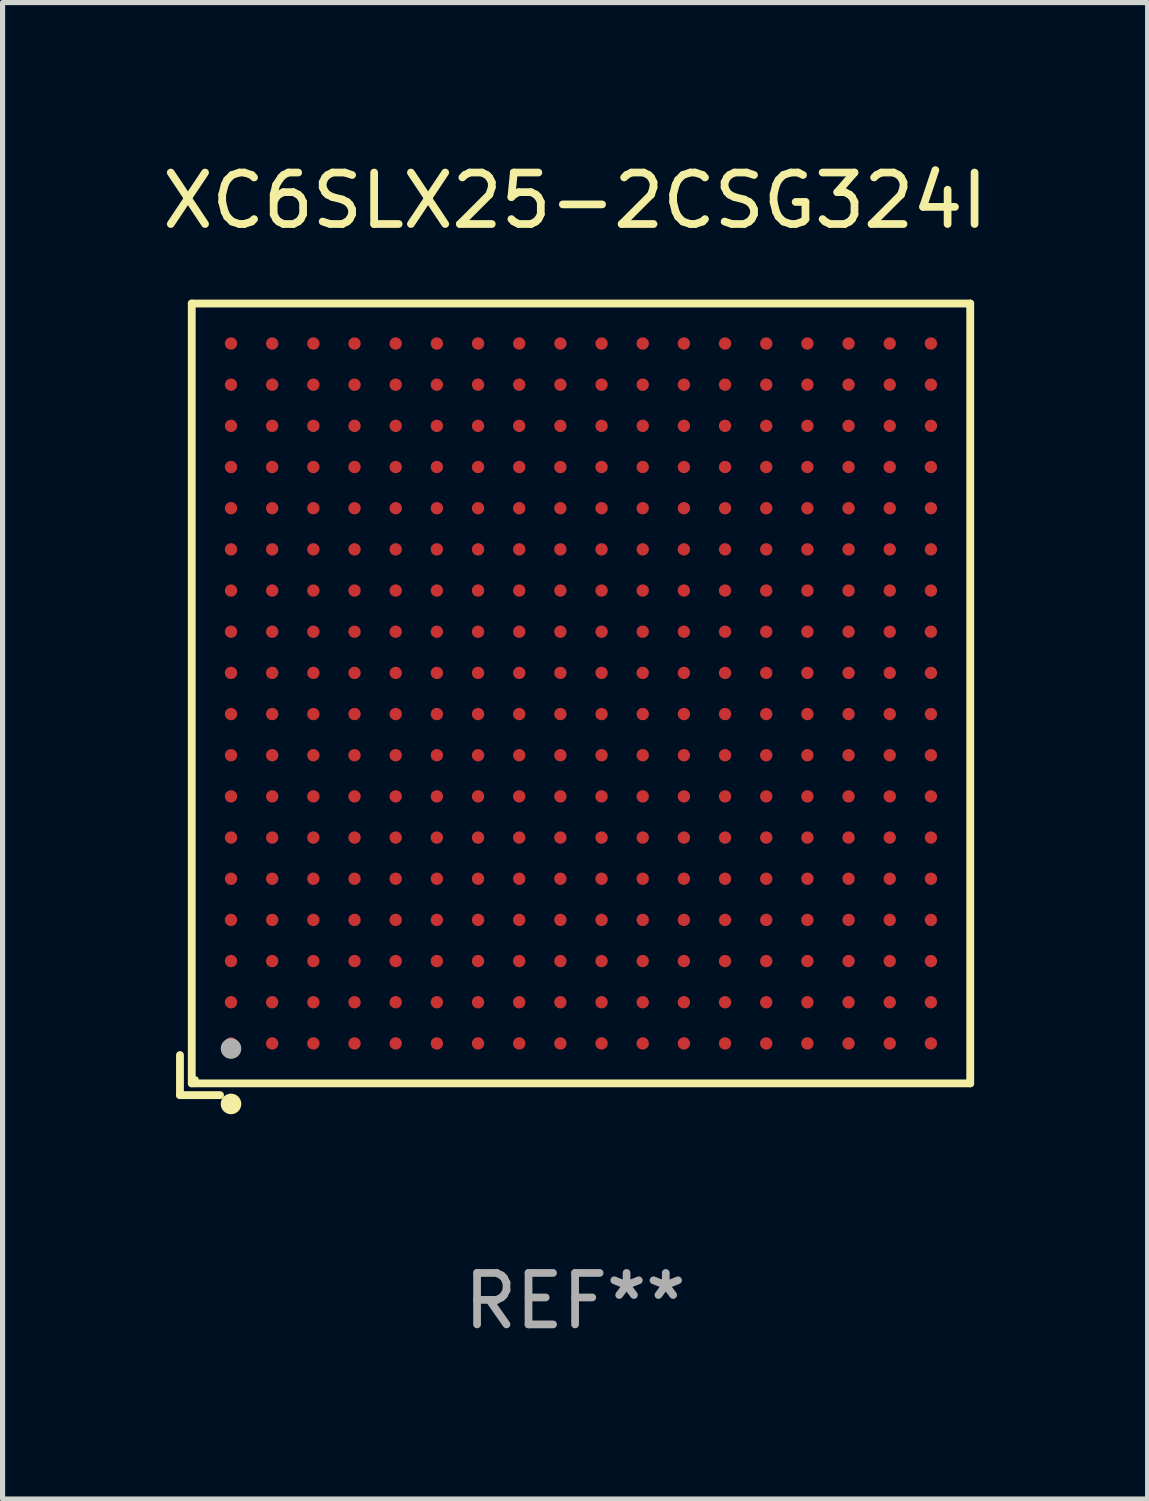
<source format=kicad_pcb>
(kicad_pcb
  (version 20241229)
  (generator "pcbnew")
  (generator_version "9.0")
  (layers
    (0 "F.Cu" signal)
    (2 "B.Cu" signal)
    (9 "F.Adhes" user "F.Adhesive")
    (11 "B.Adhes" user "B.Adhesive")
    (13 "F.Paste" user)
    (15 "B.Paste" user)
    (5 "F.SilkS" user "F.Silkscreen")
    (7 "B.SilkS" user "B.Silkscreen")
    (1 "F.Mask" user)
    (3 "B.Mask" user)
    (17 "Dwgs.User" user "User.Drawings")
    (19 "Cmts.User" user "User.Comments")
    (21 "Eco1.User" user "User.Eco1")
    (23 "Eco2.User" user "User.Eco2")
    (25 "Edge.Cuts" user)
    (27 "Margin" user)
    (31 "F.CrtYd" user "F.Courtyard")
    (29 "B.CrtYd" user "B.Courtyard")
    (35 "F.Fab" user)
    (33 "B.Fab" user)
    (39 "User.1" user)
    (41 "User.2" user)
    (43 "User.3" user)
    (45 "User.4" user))
  (footprint "XC6SLX25-2CSG324I"
    (layer "F.Cu")
    (at 8.125 10.539)
    (property "Reference" "XC6SLX25-2CSG324I" (at 0 -9.691 0) (layer "F.SilkS") (effects (font (size 1 1) (thickness 0.15))))
    (attr through_hole)
    (fp_line (start -7.678 6.912) (end -7.678 7.691) (stroke (width 0.152) (type solid)) (layer "F.SilkS"))
    (fp_line (start -7.678 7.691) (end -6.899 7.691) (stroke (width 0.152) (type solid)) (layer "F.SilkS"))
    (fp_line (start -7.449 -7.691) (end 7.678 -7.691) (stroke (width 0.152) (type solid)) (layer "F.SilkS"))
    (fp_line (start -7.449 7.462) (end -7.449 -7.691) (stroke (width 0.152) (type solid)) (layer "F.SilkS"))
    (fp_line (start 7.678 -7.691) (end 7.678 7.462) (stroke (width 0.152) (type solid)) (layer "F.SilkS"))
    (fp_line (start 7.678 7.462) (end -7.449 7.462) (stroke (width 0.152) (type solid)) (layer "F.SilkS"))
    (fp_circle (center -7.373 7.386) (end -7.343 7.386) (stroke (width 0.06) (type solid)) (fill no) (layer "F.SilkS"))
    (fp_circle (center -6.686 7.862) (end -6.586 7.862) (stroke (width 0.2) (type solid)) (fill no) (layer "F.SilkS"))
    (fp_circle (center -6.686 6.786) (end -6.586 6.786) (stroke (width 0.2) (type solid)) (fill no) (layer "F.Fab"))
    (fp_text user "REF**" (at 0 11.691 0) (layer "F.Fab") (effects (font (size 1 1) (thickness 0.15))))
    (pad "A1" smd circle (at -6.686 6.686) (size 0.24 0.24) (layers "F.Cu" "F.Mask" "F.Paste"))
    (pad "A2" smd circle (at -6.686 5.886) (size 0.24 0.24) (layers "F.Cu" "F.Mask" "F.Paste"))
    (pad "A3" smd circle (at -6.686 5.086) (size 0.24 0.24) (layers "F.Cu" "F.Mask" "F.Paste"))
    (pad "A4" smd circle (at -6.686 4.286) (size 0.24 0.24) (layers "F.Cu" "F.Mask" "F.Paste"))
    (pad "A5" smd circle (at -6.686 3.486) (size 0.24 0.24) (layers "F.Cu" "F.Mask" "F.Paste"))
    (pad "A6" smd circle (at -6.686 2.686) (size 0.24 0.24) (layers "F.Cu" "F.Mask" "F.Paste"))
    (pad "A7" smd circle (at -6.686 1.886) (size 0.24 0.24) (layers "F.Cu" "F.Mask" "F.Paste"))
    (pad "A8" smd circle (at -6.686 1.086) (size 0.24 0.24) (layers "F.Cu" "F.Mask" "F.Paste"))
    (pad "A9" smd circle (at -6.686 0.286) (size 0.24 0.24) (layers "F.Cu" "F.Mask" "F.Paste"))
    (pad "A10" smd circle (at -6.686 -0.514) (size 0.24 0.24) (layers "F.Cu" "F.Mask" "F.Paste"))
    (pad "A11" smd circle (at -6.686 -1.314) (size 0.24 0.24) (layers "F.Cu" "F.Mask" "F.Paste"))
    (pad "A12" smd circle (at -6.686 -2.114) (size 0.24 0.24) (layers "F.Cu" "F.Mask" "F.Paste"))
    (pad "A13" smd circle (at -6.686 -2.914) (size 0.24 0.24) (layers "F.Cu" "F.Mask" "F.Paste"))
    (pad "A14" smd circle (at -6.686 -3.714) (size 0.24 0.24) (layers "F.Cu" "F.Mask" "F.Paste"))
    (pad "A15" smd circle (at -6.686 -4.514) (size 0.24 0.24) (layers "F.Cu" "F.Mask" "F.Paste"))
    (pad "A16" smd circle (at -6.686 -5.314) (size 0.24 0.24) (layers "F.Cu" "F.Mask" "F.Paste"))
    (pad "A17" smd circle (at -6.686 -6.114) (size 0.24 0.24) (layers "F.Cu" "F.Mask" "F.Paste"))
    (pad "A18" smd circle (at -6.686 -6.914) (size 0.24 0.24) (layers "F.Cu" "F.Mask" "F.Paste"))
    (pad "B1" smd circle (at -5.886 6.686) (size 0.24 0.24) (layers "F.Cu" "F.Mask" "F.Paste"))
    (pad "B2" smd circle (at -5.886 5.886) (size 0.24 0.24) (layers "F.Cu" "F.Mask" "F.Paste"))
    (pad "B3" smd circle (at -5.886 5.086) (size 0.24 0.24) (layers "F.Cu" "F.Mask" "F.Paste"))
    (pad "B4" smd circle (at -5.886 4.286) (size 0.24 0.24) (layers "F.Cu" "F.Mask" "F.Paste"))
    (pad "B5" smd circle (at -5.886 3.486) (size 0.24 0.24) (layers "F.Cu" "F.Mask" "F.Paste"))
    (pad "B6" smd circle (at -5.886 2.686) (size 0.24 0.24) (layers "F.Cu" "F.Mask" "F.Paste"))
    (pad "B7" smd circle (at -5.886 1.886) (size 0.24 0.24) (layers "F.Cu" "F.Mask" "F.Paste"))
    (pad "B8" smd circle (at -5.886 1.086) (size 0.24 0.24) (layers "F.Cu" "F.Mask" "F.Paste"))
    (pad "B9" smd circle (at -5.886 0.286) (size 0.24 0.24) (layers "F.Cu" "F.Mask" "F.Paste"))
    (pad "B10" smd circle (at -5.886 -0.514) (size 0.24 0.24) (layers "F.Cu" "F.Mask" "F.Paste"))
    (pad "B11" smd circle (at -5.886 -1.314) (size 0.24 0.24) (layers "F.Cu" "F.Mask" "F.Paste"))
    (pad "B12" smd circle (at -5.886 -2.114) (size 0.24 0.24) (layers "F.Cu" "F.Mask" "F.Paste"))
    (pad "B13" smd circle (at -5.886 -2.914) (size 0.24 0.24) (layers "F.Cu" "F.Mask" "F.Paste"))
    (pad "B14" smd circle (at -5.886 -3.714) (size 0.24 0.24) (layers "F.Cu" "F.Mask" "F.Paste"))
    (pad "B15" smd circle (at -5.886 -4.514) (size 0.24 0.24) (layers "F.Cu" "F.Mask" "F.Paste"))
    (pad "B16" smd circle (at -5.886 -5.314) (size 0.24 0.24) (layers "F.Cu" "F.Mask" "F.Paste"))
    (pad "B17" smd circle (at -5.886 -6.114) (size 0.24 0.24) (layers "F.Cu" "F.Mask" "F.Paste"))
    (pad "B18" smd circle (at -5.886 -6.914) (size 0.24 0.24) (layers "F.Cu" "F.Mask" "F.Paste"))
    (pad "C1" smd circle (at -5.086 6.686) (size 0.24 0.24) (layers "F.Cu" "F.Mask" "F.Paste"))
    (pad "C2" smd circle (at -5.086 5.886) (size 0.24 0.24) (layers "F.Cu" "F.Mask" "F.Paste"))
    (pad "C3" smd circle (at -5.086 5.086) (size 0.24 0.24) (layers "F.Cu" "F.Mask" "F.Paste"))
    (pad "C4" smd circle (at -5.086 4.286) (size 0.24 0.24) (layers "F.Cu" "F.Mask" "F.Paste"))
    (pad "C5" smd circle (at -5.086 3.486) (size 0.24 0.24) (layers "F.Cu" "F.Mask" "F.Paste"))
    (pad "C6" smd circle (at -5.086 2.686) (size 0.24 0.24) (layers "F.Cu" "F.Mask" "F.Paste"))
    (pad "C7" smd circle (at -5.086 1.886) (size 0.24 0.24) (layers "F.Cu" "F.Mask" "F.Paste"))
    (pad "C8" smd circle (at -5.086 1.086) (size 0.24 0.24) (layers "F.Cu" "F.Mask" "F.Paste"))
    (pad "C9" smd circle (at -5.086 0.286) (size 0.24 0.24) (layers "F.Cu" "F.Mask" "F.Paste"))
    (pad "C10" smd circle (at -5.086 -0.514) (size 0.24 0.24) (layers "F.Cu" "F.Mask" "F.Paste"))
    (pad "C11" smd circle (at -5.086 -1.314) (size 0.24 0.24) (layers "F.Cu" "F.Mask" "F.Paste"))
    (pad "C12" smd circle (at -5.086 -2.114) (size 0.24 0.24) (layers "F.Cu" "F.Mask" "F.Paste"))
    (pad "C13" smd circle (at -5.086 -2.914) (size 0.24 0.24) (layers "F.Cu" "F.Mask" "F.Paste"))
    (pad "C14" smd circle (at -5.086 -3.714) (size 0.24 0.24) (layers "F.Cu" "F.Mask" "F.Paste"))
    (pad "C15" smd circle (at -5.086 -4.514) (size 0.24 0.24) (layers "F.Cu" "F.Mask" "F.Paste"))
    (pad "C16" smd circle (at -5.086 -5.314) (size 0.24 0.24) (layers "F.Cu" "F.Mask" "F.Paste"))
    (pad "C17" smd circle (at -5.086 -6.114) (size 0.24 0.24) (layers "F.Cu" "F.Mask" "F.Paste"))
    (pad "C18" smd circle (at -5.086 -6.914) (size 0.24 0.24) (layers "F.Cu" "F.Mask" "F.Paste"))
    (pad "D1" smd circle (at -4.286 6.686) (size 0.24 0.24) (layers "F.Cu" "F.Mask" "F.Paste"))
    (pad "D2" smd circle (at -4.286 5.886) (size 0.24 0.24) (layers "F.Cu" "F.Mask" "F.Paste"))
    (pad "D3" smd circle (at -4.286 5.086) (size 0.24 0.24) (layers "F.Cu" "F.Mask" "F.Paste"))
    (pad "D4" smd circle (at -4.286 4.286) (size 0.24 0.24) (layers "F.Cu" "F.Mask" "F.Paste"))
    (pad "D5" smd circle (at -4.286 3.486) (size 0.24 0.24) (layers "F.Cu" "F.Mask" "F.Paste"))
    (pad "D6" smd circle (at -4.286 2.686) (size 0.24 0.24) (layers "F.Cu" "F.Mask" "F.Paste"))
    (pad "D7" smd circle (at -4.286 1.886) (size 0.24 0.24) (layers "F.Cu" "F.Mask" "F.Paste"))
    (pad "D8" smd circle (at -4.286 1.086) (size 0.24 0.24) (layers "F.Cu" "F.Mask" "F.Paste"))
    (pad "D9" smd circle (at -4.286 0.286) (size 0.24 0.24) (layers "F.Cu" "F.Mask" "F.Paste"))
    (pad "D10" smd circle (at -4.286 -0.514) (size 0.24 0.24) (layers "F.Cu" "F.Mask" "F.Paste"))
    (pad "D11" smd circle (at -4.286 -1.314) (size 0.24 0.24) (layers "F.Cu" "F.Mask" "F.Paste"))
    (pad "D12" smd circle (at -4.286 -2.114) (size 0.24 0.24) (layers "F.Cu" "F.Mask" "F.Paste"))
    (pad "D13" smd circle (at -4.286 -2.914) (size 0.24 0.24) (layers "F.Cu" "F.Mask" "F.Paste"))
    (pad "D14" smd circle (at -4.286 -3.714) (size 0.24 0.24) (layers "F.Cu" "F.Mask" "F.Paste"))
    (pad "D15" smd circle (at -4.286 -4.514) (size 0.24 0.24) (layers "F.Cu" "F.Mask" "F.Paste"))
    (pad "D16" smd circle (at -4.286 -5.314) (size 0.24 0.24) (layers "F.Cu" "F.Mask" "F.Paste"))
    (pad "D17" smd circle (at -4.286 -6.114) (size 0.24 0.24) (layers "F.Cu" "F.Mask" "F.Paste"))
    (pad "D18" smd circle (at -4.286 -6.914) (size 0.24 0.24) (layers "F.Cu" "F.Mask" "F.Paste"))
    (pad "E1" smd circle (at -3.486 6.686) (size 0.24 0.24) (layers "F.Cu" "F.Mask" "F.Paste"))
    (pad "E2" smd circle (at -3.486 5.886) (size 0.24 0.24) (layers "F.Cu" "F.Mask" "F.Paste"))
    (pad "E3" smd circle (at -3.486 5.086) (size 0.24 0.24) (layers "F.Cu" "F.Mask" "F.Paste"))
    (pad "E4" smd circle (at -3.486 4.286) (size 0.24 0.24) (layers "F.Cu" "F.Mask" "F.Paste"))
    (pad "E5" smd circle (at -3.486 3.486) (size 0.24 0.24) (layers "F.Cu" "F.Mask" "F.Paste"))
    (pad "E6" smd circle (at -3.486 2.686) (size 0.24 0.24) (layers "F.Cu" "F.Mask" "F.Paste"))
    (pad "E7" smd circle (at -3.486 1.886) (size 0.24 0.24) (layers "F.Cu" "F.Mask" "F.Paste"))
    (pad "E8" smd circle (at -3.486 1.086) (size 0.24 0.24) (layers "F.Cu" "F.Mask" "F.Paste"))
    (pad "E9" smd circle (at -3.486 0.286) (size 0.24 0.24) (layers "F.Cu" "F.Mask" "F.Paste"))
    (pad "E10" smd circle (at -3.486 -0.514) (size 0.24 0.24) (layers "F.Cu" "F.Mask" "F.Paste"))
    (pad "E11" smd circle (at -3.486 -1.314) (size 0.24 0.24) (layers "F.Cu" "F.Mask" "F.Paste"))
    (pad "E12" smd circle (at -3.486 -2.114) (size 0.24 0.24) (layers "F.Cu" "F.Mask" "F.Paste"))
    (pad "E13" smd circle (at -3.486 -2.914) (size 0.24 0.24) (layers "F.Cu" "F.Mask" "F.Paste"))
    (pad "E14" smd circle (at -3.486 -3.714) (size 0.24 0.24) (layers "F.Cu" "F.Mask" "F.Paste"))
    (pad "E15" smd circle (at -3.486 -4.514) (size 0.24 0.24) (layers "F.Cu" "F.Mask" "F.Paste"))
    (pad "E16" smd circle (at -3.486 -5.314) (size 0.24 0.24) (layers "F.Cu" "F.Mask" "F.Paste"))
    (pad "E17" smd circle (at -3.486 -6.114) (size 0.24 0.24) (layers "F.Cu" "F.Mask" "F.Paste"))
    (pad "E18" smd circle (at -3.486 -6.914) (size 0.24 0.24) (layers "F.Cu" "F.Mask" "F.Paste"))
    (pad "F1" smd circle (at -2.686 6.686) (size 0.24 0.24) (layers "F.Cu" "F.Mask" "F.Paste"))
    (pad "F2" smd circle (at -2.686 5.886) (size 0.24 0.24) (layers "F.Cu" "F.Mask" "F.Paste"))
    (pad "F3" smd circle (at -2.686 5.086) (size 0.24 0.24) (layers "F.Cu" "F.Mask" "F.Paste"))
    (pad "F4" smd circle (at -2.686 4.286) (size 0.24 0.24) (layers "F.Cu" "F.Mask" "F.Paste"))
    (pad "F5" smd circle (at -2.686 3.486) (size 0.24 0.24) (layers "F.Cu" "F.Mask" "F.Paste"))
    (pad "F6" smd circle (at -2.686 2.686) (size 0.24 0.24) (layers "F.Cu" "F.Mask" "F.Paste"))
    (pad "F7" smd circle (at -2.686 1.886) (size 0.24 0.24) (layers "F.Cu" "F.Mask" "F.Paste"))
    (pad "F8" smd circle (at -2.686 1.086) (size 0.24 0.24) (layers "F.Cu" "F.Mask" "F.Paste"))
    (pad "F9" smd circle (at -2.686 0.286) (size 0.24 0.24) (layers "F.Cu" "F.Mask" "F.Paste"))
    (pad "F10" smd circle (at -2.686 -0.514) (size 0.24 0.24) (layers "F.Cu" "F.Mask" "F.Paste"))
    (pad "F11" smd circle (at -2.686 -1.314) (size 0.24 0.24) (layers "F.Cu" "F.Mask" "F.Paste"))
    (pad "F12" smd circle (at -2.686 -2.114) (size 0.24 0.24) (layers "F.Cu" "F.Mask" "F.Paste"))
    (pad "F13" smd circle (at -2.686 -2.914) (size 0.24 0.24) (layers "F.Cu" "F.Mask" "F.Paste"))
    (pad "F14" smd circle (at -2.686 -3.714) (size 0.24 0.24) (layers "F.Cu" "F.Mask" "F.Paste"))
    (pad "F15" smd circle (at -2.686 -4.514) (size 0.24 0.24) (layers "F.Cu" "F.Mask" "F.Paste"))
    (pad "F16" smd circle (at -2.686 -5.314) (size 0.24 0.24) (layers "F.Cu" "F.Mask" "F.Paste"))
    (pad "F17" smd circle (at -2.686 -6.114) (size 0.24 0.24) (layers "F.Cu" "F.Mask" "F.Paste"))
    (pad "F18" smd circle (at -2.686 -6.914) (size 0.24 0.24) (layers "F.Cu" "F.Mask" "F.Paste"))
    (pad "G1" smd circle (at -1.886 6.686) (size 0.24 0.24) (layers "F.Cu" "F.Mask" "F.Paste"))
    (pad "G2" smd circle (at -1.886 5.886) (size 0.24 0.24) (layers "F.Cu" "F.Mask" "F.Paste"))
    (pad "G3" smd circle (at -1.886 5.086) (size 0.24 0.24) (layers "F.Cu" "F.Mask" "F.Paste"))
    (pad "G4" smd circle (at -1.886 4.286) (size 0.24 0.24) (layers "F.Cu" "F.Mask" "F.Paste"))
    (pad "G5" smd circle (at -1.886 3.486) (size 0.24 0.24) (layers "F.Cu" "F.Mask" "F.Paste"))
    (pad "G6" smd circle (at -1.886 2.686) (size 0.24 0.24) (layers "F.Cu" "F.Mask" "F.Paste"))
    (pad "G7" smd circle (at -1.886 1.886) (size 0.24 0.24) (layers "F.Cu" "F.Mask" "F.Paste"))
    (pad "G8" smd circle (at -1.886 1.086) (size 0.24 0.24) (layers "F.Cu" "F.Mask" "F.Paste"))
    (pad "G9" smd circle (at -1.886 0.286) (size 0.24 0.24) (layers "F.Cu" "F.Mask" "F.Paste"))
    (pad "G10" smd circle (at -1.886 -0.514) (size 0.24 0.24) (layers "F.Cu" "F.Mask" "F.Paste"))
    (pad "G11" smd circle (at -1.886 -1.314) (size 0.24 0.24) (layers "F.Cu" "F.Mask" "F.Paste"))
    (pad "G12" smd circle (at -1.886 -2.114) (size 0.24 0.24) (layers "F.Cu" "F.Mask" "F.Paste"))
    (pad "G13" smd circle (at -1.886 -2.914) (size 0.24 0.24) (layers "F.Cu" "F.Mask" "F.Paste"))
    (pad "G14" smd circle (at -1.886 -3.714) (size 0.24 0.24) (layers "F.Cu" "F.Mask" "F.Paste"))
    (pad "G15" smd circle (at -1.886 -4.514) (size 0.24 0.24) (layers "F.Cu" "F.Mask" "F.Paste"))
    (pad "G16" smd circle (at -1.886 -5.314) (size 0.24 0.24) (layers "F.Cu" "F.Mask" "F.Paste"))
    (pad "G17" smd circle (at -1.886 -6.114) (size 0.24 0.24) (layers "F.Cu" "F.Mask" "F.Paste"))
    (pad "G18" smd circle (at -1.886 -6.914) (size 0.24 0.24) (layers "F.Cu" "F.Mask" "F.Paste"))
    (pad "H1" smd circle (at -1.086 6.686) (size 0.24 0.24) (layers "F.Cu" "F.Mask" "F.Paste"))
    (pad "H2" smd circle (at -1.086 5.886) (size 0.24 0.24) (layers "F.Cu" "F.Mask" "F.Paste"))
    (pad "H3" smd circle (at -1.086 5.086) (size 0.24 0.24) (layers "F.Cu" "F.Mask" "F.Paste"))
    (pad "H4" smd circle (at -1.086 4.286) (size 0.24 0.24) (layers "F.Cu" "F.Mask" "F.Paste"))
    (pad "H5" smd circle (at -1.086 3.486) (size 0.24 0.24) (layers "F.Cu" "F.Mask" "F.Paste"))
    (pad "H6" smd circle (at -1.086 2.686) (size 0.24 0.24) (layers "F.Cu" "F.Mask" "F.Paste"))
    (pad "H7" smd circle (at -1.086 1.886) (size 0.24 0.24) (layers "F.Cu" "F.Mask" "F.Paste"))
    (pad "H8" smd circle (at -1.086 1.086) (size 0.24 0.24) (layers "F.Cu" "F.Mask" "F.Paste"))
    (pad "H9" smd circle (at -1.086 0.286) (size 0.24 0.24) (layers "F.Cu" "F.Mask" "F.Paste"))
    (pad "H10" smd circle (at -1.086 -0.514) (size 0.24 0.24) (layers "F.Cu" "F.Mask" "F.Paste"))
    (pad "H11" smd circle (at -1.086 -1.314) (size 0.24 0.24) (layers "F.Cu" "F.Mask" "F.Paste"))
    (pad "H12" smd circle (at -1.086 -2.114) (size 0.24 0.24) (layers "F.Cu" "F.Mask" "F.Paste"))
    (pad "H13" smd circle (at -1.086 -2.914) (size 0.24 0.24) (layers "F.Cu" "F.Mask" "F.Paste"))
    (pad "H14" smd circle (at -1.086 -3.714) (size 0.24 0.24) (layers "F.Cu" "F.Mask" "F.Paste"))
    (pad "H15" smd circle (at -1.086 -4.514) (size 0.24 0.24) (layers "F.Cu" "F.Mask" "F.Paste"))
    (pad "H16" smd circle (at -1.086 -5.314) (size 0.24 0.24) (layers "F.Cu" "F.Mask" "F.Paste"))
    (pad "H17" smd circle (at -1.086 -6.114) (size 0.24 0.24) (layers "F.Cu" "F.Mask" "F.Paste"))
    (pad "H18" smd circle (at -1.086 -6.914) (size 0.24 0.24) (layers "F.Cu" "F.Mask" "F.Paste"))
    (pad "J1" smd circle (at -0.286 6.686) (size 0.24 0.24) (layers "F.Cu" "F.Mask" "F.Paste"))
    (pad "J2" smd circle (at -0.286 5.886) (size 0.24 0.24) (layers "F.Cu" "F.Mask" "F.Paste"))
    (pad "J3" smd circle (at -0.286 5.086) (size 0.24 0.24) (layers "F.Cu" "F.Mask" "F.Paste"))
    (pad "J4" smd circle (at -0.286 4.286) (size 0.24 0.24) (layers "F.Cu" "F.Mask" "F.Paste"))
    (pad "J5" smd circle (at -0.286 3.486) (size 0.24 0.24) (layers "F.Cu" "F.Mask" "F.Paste"))
    (pad "J6" smd circle (at -0.286 2.686) (size 0.24 0.24) (layers "F.Cu" "F.Mask" "F.Paste"))
    (pad "J7" smd circle (at -0.286 1.886) (size 0.24 0.24) (layers "F.Cu" "F.Mask" "F.Paste"))
    (pad "J8" smd circle (at -0.286 1.086) (size 0.24 0.24) (layers "F.Cu" "F.Mask" "F.Paste"))
    (pad "J9" smd circle (at -0.286 0.286) (size 0.24 0.24) (layers "F.Cu" "F.Mask" "F.Paste"))
    (pad "J10" smd circle (at -0.286 -0.514) (size 0.24 0.24) (layers "F.Cu" "F.Mask" "F.Paste"))
    (pad "J11" smd circle (at -0.286 -1.314) (size 0.24 0.24) (layers "F.Cu" "F.Mask" "F.Paste"))
    (pad "J12" smd circle (at -0.286 -2.114) (size 0.24 0.24) (layers "F.Cu" "F.Mask" "F.Paste"))
    (pad "J13" smd circle (at -0.286 -2.914) (size 0.24 0.24) (layers "F.Cu" "F.Mask" "F.Paste"))
    (pad "J14" smd circle (at -0.286 -3.714) (size 0.24 0.24) (layers "F.Cu" "F.Mask" "F.Paste"))
    (pad "J15" smd circle (at -0.286 -4.514) (size 0.24 0.24) (layers "F.Cu" "F.Mask" "F.Paste"))
    (pad "J16" smd circle (at -0.286 -5.314) (size 0.24 0.24) (layers "F.Cu" "F.Mask" "F.Paste"))
    (pad "J17" smd circle (at -0.286 -6.114) (size 0.24 0.24) (layers "F.Cu" "F.Mask" "F.Paste"))
    (pad "J18" smd circle (at -0.286 -6.914) (size 0.24 0.24) (layers "F.Cu" "F.Mask" "F.Paste"))
    (pad "K1" smd circle (at 0.514 6.686) (size 0.24 0.24) (layers "F.Cu" "F.Mask" "F.Paste"))
    (pad "K2" smd circle (at 0.514 5.886) (size 0.24 0.24) (layers "F.Cu" "F.Mask" "F.Paste"))
    (pad "K3" smd circle (at 0.514 5.086) (size 0.24 0.24) (layers "F.Cu" "F.Mask" "F.Paste"))
    (pad "K4" smd circle (at 0.514 4.286) (size 0.24 0.24) (layers "F.Cu" "F.Mask" "F.Paste"))
    (pad "K5" smd circle (at 0.514 3.486) (size 0.24 0.24) (layers "F.Cu" "F.Mask" "F.Paste"))
    (pad "K6" smd circle (at 0.514 2.686) (size 0.24 0.24) (layers "F.Cu" "F.Mask" "F.Paste"))
    (pad "K7" smd circle (at 0.514 1.886) (size 0.24 0.24) (layers "F.Cu" "F.Mask" "F.Paste"))
    (pad "K8" smd circle (at 0.514 1.086) (size 0.24 0.24) (layers "F.Cu" "F.Mask" "F.Paste"))
    (pad "K9" smd circle (at 0.514 0.286) (size 0.24 0.24) (layers "F.Cu" "F.Mask" "F.Paste"))
    (pad "K10" smd circle (at 0.514 -0.514) (size 0.24 0.24) (layers "F.Cu" "F.Mask" "F.Paste"))
    (pad "K11" smd circle (at 0.514 -1.314) (size 0.24 0.24) (layers "F.Cu" "F.Mask" "F.Paste"))
    (pad "K12" smd circle (at 0.514 -2.114) (size 0.24 0.24) (layers "F.Cu" "F.Mask" "F.Paste"))
    (pad "K13" smd circle (at 0.514 -2.914) (size 0.24 0.24) (layers "F.Cu" "F.Mask" "F.Paste"))
    (pad "K14" smd circle (at 0.514 -3.714) (size 0.24 0.24) (layers "F.Cu" "F.Mask" "F.Paste"))
    (pad "K15" smd circle (at 0.514 -4.514) (size 0.24 0.24) (layers "F.Cu" "F.Mask" "F.Paste"))
    (pad "K16" smd circle (at 0.514 -5.314) (size 0.24 0.24) (layers "F.Cu" "F.Mask" "F.Paste"))
    (pad "K17" smd circle (at 0.514 -6.114) (size 0.24 0.24) (layers "F.Cu" "F.Mask" "F.Paste"))
    (pad "K18" smd circle (at 0.514 -6.914) (size 0.24 0.24) (layers "F.Cu" "F.Mask" "F.Paste"))
    (pad "L1" smd circle (at 1.314 6.686) (size 0.24 0.24) (layers "F.Cu" "F.Mask" "F.Paste"))
    (pad "L2" smd circle (at 1.314 5.886) (size 0.24 0.24) (layers "F.Cu" "F.Mask" "F.Paste"))
    (pad "L3" smd circle (at 1.314 5.086) (size 0.24 0.24) (layers "F.Cu" "F.Mask" "F.Paste"))
    (pad "L4" smd circle (at 1.314 4.286) (size 0.24 0.24) (layers "F.Cu" "F.Mask" "F.Paste"))
    (pad "L5" smd circle (at 1.314 3.486) (size 0.24 0.24) (layers "F.Cu" "F.Mask" "F.Paste"))
    (pad "L6" smd circle (at 1.314 2.686) (size 0.24 0.24) (layers "F.Cu" "F.Mask" "F.Paste"))
    (pad "L7" smd circle (at 1.314 1.886) (size 0.24 0.24) (layers "F.Cu" "F.Mask" "F.Paste"))
    (pad "L8" smd circle (at 1.314 1.086) (size 0.24 0.24) (layers "F.Cu" "F.Mask" "F.Paste"))
    (pad "L9" smd circle (at 1.314 0.286) (size 0.24 0.24) (layers "F.Cu" "F.Mask" "F.Paste"))
    (pad "L10" smd circle (at 1.314 -0.514) (size 0.24 0.24) (layers "F.Cu" "F.Mask" "F.Paste"))
    (pad "L11" smd circle (at 1.314 -1.314) (size 0.24 0.24) (layers "F.Cu" "F.Mask" "F.Paste"))
    (pad "L12" smd circle (at 1.314 -2.114) (size 0.24 0.24) (layers "F.Cu" "F.Mask" "F.Paste"))
    (pad "L13" smd circle (at 1.314 -2.914) (size 0.24 0.24) (layers "F.Cu" "F.Mask" "F.Paste"))
    (pad "L14" smd circle (at 1.314 -3.714) (size 0.24 0.24) (layers "F.Cu" "F.Mask" "F.Paste"))
    (pad "L15" smd circle (at 1.314 -4.514) (size 0.24 0.24) (layers "F.Cu" "F.Mask" "F.Paste"))
    (pad "L16" smd circle (at 1.314 -5.314) (size 0.24 0.24) (layers "F.Cu" "F.Mask" "F.Paste"))
    (pad "L17" smd circle (at 1.314 -6.114) (size 0.24 0.24) (layers "F.Cu" "F.Mask" "F.Paste"))
    (pad "L18" smd circle (at 1.314 -6.914) (size 0.24 0.24) (layers "F.Cu" "F.Mask" "F.Paste"))
    (pad "M1" smd circle (at 2.114 6.686) (size 0.24 0.24) (layers "F.Cu" "F.Mask" "F.Paste"))
    (pad "M2" smd circle (at 2.114 5.886) (size 0.24 0.24) (layers "F.Cu" "F.Mask" "F.Paste"))
    (pad "M3" smd circle (at 2.114 5.086) (size 0.24 0.24) (layers "F.Cu" "F.Mask" "F.Paste"))
    (pad "M4" smd circle (at 2.114 4.286) (size 0.24 0.24) (layers "F.Cu" "F.Mask" "F.Paste"))
    (pad "M5" smd circle (at 2.114 3.486) (size 0.24 0.24) (layers "F.Cu" "F.Mask" "F.Paste"))
    (pad "M6" smd circle (at 2.114 2.686) (size 0.24 0.24) (layers "F.Cu" "F.Mask" "F.Paste"))
    (pad "M7" smd circle (at 2.114 1.886) (size 0.24 0.24) (layers "F.Cu" "F.Mask" "F.Paste"))
    (pad "M8" smd circle (at 2.114 1.086) (size 0.24 0.24) (layers "F.Cu" "F.Mask" "F.Paste"))
    (pad "M9" smd circle (at 2.114 0.286) (size 0.24 0.24) (layers "F.Cu" "F.Mask" "F.Paste"))
    (pad "M10" smd circle (at 2.114 -0.514) (size 0.24 0.24) (layers "F.Cu" "F.Mask" "F.Paste"))
    (pad "M11" smd circle (at 2.114 -1.314) (size 0.24 0.24) (layers "F.Cu" "F.Mask" "F.Paste"))
    (pad "M12" smd circle (at 2.114 -2.114) (size 0.24 0.24) (layers "F.Cu" "F.Mask" "F.Paste"))
    (pad "M13" smd circle (at 2.114 -2.914) (size 0.24 0.24) (layers "F.Cu" "F.Mask" "F.Paste"))
    (pad "M14" smd circle (at 2.114 -3.714) (size 0.24 0.24) (layers "F.Cu" "F.Mask" "F.Paste"))
    (pad "M15" smd circle (at 2.114 -4.514) (size 0.24 0.24) (layers "F.Cu" "F.Mask" "F.Paste"))
    (pad "M16" smd circle (at 2.114 -5.314) (size 0.24 0.24) (layers "F.Cu" "F.Mask" "F.Paste"))
    (pad "M17" smd circle (at 2.114 -6.114) (size 0.24 0.24) (layers "F.Cu" "F.Mask" "F.Paste"))
    (pad "M18" smd circle (at 2.114 -6.914) (size 0.24 0.24) (layers "F.Cu" "F.Mask" "F.Paste"))
    (pad "N1" smd circle (at 2.914 6.686) (size 0.24 0.24) (layers "F.Cu" "F.Mask" "F.Paste"))
    (pad "N2" smd circle (at 2.914 5.886) (size 0.24 0.24) (layers "F.Cu" "F.Mask" "F.Paste"))
    (pad "N3" smd circle (at 2.914 5.086) (size 0.24 0.24) (layers "F.Cu" "F.Mask" "F.Paste"))
    (pad "N4" smd circle (at 2.914 4.286) (size 0.24 0.24) (layers "F.Cu" "F.Mask" "F.Paste"))
    (pad "N5" smd circle (at 2.914 3.486) (size 0.24 0.24) (layers "F.Cu" "F.Mask" "F.Paste"))
    (pad "N6" smd circle (at 2.914 2.686) (size 0.24 0.24) (layers "F.Cu" "F.Mask" "F.Paste"))
    (pad "N7" smd circle (at 2.914 1.886) (size 0.24 0.24) (layers "F.Cu" "F.Mask" "F.Paste"))
    (pad "N8" smd circle (at 2.914 1.086) (size 0.24 0.24) (layers "F.Cu" "F.Mask" "F.Paste"))
    (pad "N9" smd circle (at 2.914 0.286) (size 0.24 0.24) (layers "F.Cu" "F.Mask" "F.Paste"))
    (pad "N10" smd circle (at 2.914 -0.514) (size 0.24 0.24) (layers "F.Cu" "F.Mask" "F.Paste"))
    (pad "N11" smd circle (at 2.914 -1.314) (size 0.24 0.24) (layers "F.Cu" "F.Mask" "F.Paste"))
    (pad "N12" smd circle (at 2.914 -2.114) (size 0.24 0.24) (layers "F.Cu" "F.Mask" "F.Paste"))
    (pad "N13" smd circle (at 2.914 -2.914) (size 0.24 0.24) (layers "F.Cu" "F.Mask" "F.Paste"))
    (pad "N14" smd circle (at 2.914 -3.714) (size 0.24 0.24) (layers "F.Cu" "F.Mask" "F.Paste"))
    (pad "N15" smd circle (at 2.914 -4.514) (size 0.24 0.24) (layers "F.Cu" "F.Mask" "F.Paste"))
    (pad "N16" smd circle (at 2.914 -5.314) (size 0.24 0.24) (layers "F.Cu" "F.Mask" "F.Paste"))
    (pad "N17" smd circle (at 2.914 -6.114) (size 0.24 0.24) (layers "F.Cu" "F.Mask" "F.Paste"))
    (pad "N18" smd circle (at 2.914 -6.914) (size 0.24 0.24) (layers "F.Cu" "F.Mask" "F.Paste"))
    (pad "P1" smd circle (at 3.714 6.686) (size 0.24 0.24) (layers "F.Cu" "F.Mask" "F.Paste"))
    (pad "P2" smd circle (at 3.714 5.886) (size 0.24 0.24) (layers "F.Cu" "F.Mask" "F.Paste"))
    (pad "P3" smd circle (at 3.714 5.086) (size 0.24 0.24) (layers "F.Cu" "F.Mask" "F.Paste"))
    (pad "P4" smd circle (at 3.714 4.286) (size 0.24 0.24) (layers "F.Cu" "F.Mask" "F.Paste"))
    (pad "P5" smd circle (at 3.714 3.486) (size 0.24 0.24) (layers "F.Cu" "F.Mask" "F.Paste"))
    (pad "P6" smd circle (at 3.714 2.686) (size 0.24 0.24) (layers "F.Cu" "F.Mask" "F.Paste"))
    (pad "P7" smd circle (at 3.714 1.886) (size 0.24 0.24) (layers "F.Cu" "F.Mask" "F.Paste"))
    (pad "P8" smd circle (at 3.714 1.086) (size 0.24 0.24) (layers "F.Cu" "F.Mask" "F.Paste"))
    (pad "P9" smd circle (at 3.714 0.286) (size 0.24 0.24) (layers "F.Cu" "F.Mask" "F.Paste"))
    (pad "P10" smd circle (at 3.714 -0.514) (size 0.24 0.24) (layers "F.Cu" "F.Mask" "F.Paste"))
    (pad "P11" smd circle (at 3.714 -1.314) (size 0.24 0.24) (layers "F.Cu" "F.Mask" "F.Paste"))
    (pad "P12" smd circle (at 3.714 -2.114) (size 0.24 0.24) (layers "F.Cu" "F.Mask" "F.Paste"))
    (pad "P13" smd circle (at 3.714 -2.914) (size 0.24 0.24) (layers "F.Cu" "F.Mask" "F.Paste"))
    (pad "P14" smd circle (at 3.714 -3.714) (size 0.24 0.24) (layers "F.Cu" "F.Mask" "F.Paste"))
    (pad "P15" smd circle (at 3.714 -4.514) (size 0.24 0.24) (layers "F.Cu" "F.Mask" "F.Paste"))
    (pad "P16" smd circle (at 3.714 -5.314) (size 0.24 0.24) (layers "F.Cu" "F.Mask" "F.Paste"))
    (pad "P17" smd circle (at 3.714 -6.114) (size 0.24 0.24) (layers "F.Cu" "F.Mask" "F.Paste"))
    (pad "P18" smd circle (at 3.714 -6.914) (size 0.24 0.24) (layers "F.Cu" "F.Mask" "F.Paste"))
    (pad "R1" smd circle (at 4.514 6.686) (size 0.24 0.24) (layers "F.Cu" "F.Mask" "F.Paste"))
    (pad "R2" smd circle (at 4.514 5.886) (size 0.24 0.24) (layers "F.Cu" "F.Mask" "F.Paste"))
    (pad "R3" smd circle (at 4.514 5.086) (size 0.24 0.24) (layers "F.Cu" "F.Mask" "F.Paste"))
    (pad "R4" smd circle (at 4.514 4.286) (size 0.24 0.24) (layers "F.Cu" "F.Mask" "F.Paste"))
    (pad "R5" smd circle (at 4.514 3.486) (size 0.24 0.24) (layers "F.Cu" "F.Mask" "F.Paste"))
    (pad "R6" smd circle (at 4.514 2.686) (size 0.24 0.24) (layers "F.Cu" "F.Mask" "F.Paste"))
    (pad "R7" smd circle (at 4.514 1.886) (size 0.24 0.24) (layers "F.Cu" "F.Mask" "F.Paste"))
    (pad "R8" smd circle (at 4.514 1.086) (size 0.24 0.24) (layers "F.Cu" "F.Mask" "F.Paste"))
    (pad "R9" smd circle (at 4.514 0.286) (size 0.24 0.24) (layers "F.Cu" "F.Mask" "F.Paste"))
    (pad "R10" smd circle (at 4.514 -0.514) (size 0.24 0.24) (layers "F.Cu" "F.Mask" "F.Paste"))
    (pad "R11" smd circle (at 4.514 -1.314) (size 0.24 0.24) (layers "F.Cu" "F.Mask" "F.Paste"))
    (pad "R12" smd circle (at 4.514 -2.114) (size 0.24 0.24) (layers "F.Cu" "F.Mask" "F.Paste"))
    (pad "R13" smd circle (at 4.514 -2.914) (size 0.24 0.24) (layers "F.Cu" "F.Mask" "F.Paste"))
    (pad "R14" smd circle (at 4.514 -3.714) (size 0.24 0.24) (layers "F.Cu" "F.Mask" "F.Paste"))
    (pad "R15" smd circle (at 4.514 -4.514) (size 0.24 0.24) (layers "F.Cu" "F.Mask" "F.Paste"))
    (pad "R16" smd circle (at 4.514 -5.314) (size 0.24 0.24) (layers "F.Cu" "F.Mask" "F.Paste"))
    (pad "R17" smd circle (at 4.514 -6.114) (size 0.24 0.24) (layers "F.Cu" "F.Mask" "F.Paste"))
    (pad "R18" smd circle (at 4.514 -6.914) (size 0.24 0.24) (layers "F.Cu" "F.Mask" "F.Paste"))
    (pad "T1" smd circle (at 5.314 6.686) (size 0.24 0.24) (layers "F.Cu" "F.Mask" "F.Paste"))
    (pad "T2" smd circle (at 5.314 5.886) (size 0.24 0.24) (layers "F.Cu" "F.Mask" "F.Paste"))
    (pad "T3" smd circle (at 5.314 5.086) (size 0.24 0.24) (layers "F.Cu" "F.Mask" "F.Paste"))
    (pad "T4" smd circle (at 5.314 4.286) (size 0.24 0.24) (layers "F.Cu" "F.Mask" "F.Paste"))
    (pad "T5" smd circle (at 5.314 3.486) (size 0.24 0.24) (layers "F.Cu" "F.Mask" "F.Paste"))
    (pad "T6" smd circle (at 5.314 2.686) (size 0.24 0.24) (layers "F.Cu" "F.Mask" "F.Paste"))
    (pad "T7" smd circle (at 5.314 1.886) (size 0.24 0.24) (layers "F.Cu" "F.Mask" "F.Paste"))
    (pad "T8" smd circle (at 5.314 1.086) (size 0.24 0.24) (layers "F.Cu" "F.Mask" "F.Paste"))
    (pad "T9" smd circle (at 5.314 0.286) (size 0.24 0.24) (layers "F.Cu" "F.Mask" "F.Paste"))
    (pad "T10" smd circle (at 5.314 -0.514) (size 0.24 0.24) (layers "F.Cu" "F.Mask" "F.Paste"))
    (pad "T11" smd circle (at 5.314 -1.314) (size 0.24 0.24) (layers "F.Cu" "F.Mask" "F.Paste"))
    (pad "T12" smd circle (at 5.314 -2.114) (size 0.24 0.24) (layers "F.Cu" "F.Mask" "F.Paste"))
    (pad "T13" smd circle (at 5.314 -2.914) (size 0.24 0.24) (layers "F.Cu" "F.Mask" "F.Paste"))
    (pad "T14" smd circle (at 5.314 -3.714) (size 0.24 0.24) (layers "F.Cu" "F.Mask" "F.Paste"))
    (pad "T15" smd circle (at 5.314 -4.514) (size 0.24 0.24) (layers "F.Cu" "F.Mask" "F.Paste"))
    (pad "T16" smd circle (at 5.314 -5.314) (size 0.24 0.24) (layers "F.Cu" "F.Mask" "F.Paste"))
    (pad "T17" smd circle (at 5.314 -6.114) (size 0.24 0.24) (layers "F.Cu" "F.Mask" "F.Paste"))
    (pad "T18" smd circle (at 5.314 -6.914) (size 0.24 0.24) (layers "F.Cu" "F.Mask" "F.Paste"))
    (pad "U1" smd circle (at 6.114 6.686) (size 0.24 0.24) (layers "F.Cu" "F.Mask" "F.Paste"))
    (pad "U2" smd circle (at 6.114 5.886) (size 0.24 0.24) (layers "F.Cu" "F.Mask" "F.Paste"))
    (pad "U3" smd circle (at 6.114 5.086) (size 0.24 0.24) (layers "F.Cu" "F.Mask" "F.Paste"))
    (pad "U4" smd circle (at 6.114 4.286) (size 0.24 0.24) (layers "F.Cu" "F.Mask" "F.Paste"))
    (pad "U5" smd circle (at 6.114 3.486) (size 0.24 0.24) (layers "F.Cu" "F.Mask" "F.Paste"))
    (pad "U6" smd circle (at 6.114 2.686) (size 0.24 0.24) (layers "F.Cu" "F.Mask" "F.Paste"))
    (pad "U7" smd circle (at 6.114 1.886) (size 0.24 0.24) (layers "F.Cu" "F.Mask" "F.Paste"))
    (pad "U8" smd circle (at 6.114 1.086) (size 0.24 0.24) (layers "F.Cu" "F.Mask" "F.Paste"))
    (pad "U9" smd circle (at 6.114 0.286) (size 0.24 0.24) (layers "F.Cu" "F.Mask" "F.Paste"))
    (pad "U10" smd circle (at 6.114 -0.514) (size 0.24 0.24) (layers "F.Cu" "F.Mask" "F.Paste"))
    (pad "U11" smd circle (at 6.114 -1.314) (size 0.24 0.24) (layers "F.Cu" "F.Mask" "F.Paste"))
    (pad "U12" smd circle (at 6.114 -2.114) (size 0.24 0.24) (layers "F.Cu" "F.Mask" "F.Paste"))
    (pad "U13" smd circle (at 6.114 -2.914) (size 0.24 0.24) (layers "F.Cu" "F.Mask" "F.Paste"))
    (pad "U14" smd circle (at 6.114 -3.714) (size 0.24 0.24) (layers "F.Cu" "F.Mask" "F.Paste"))
    (pad "U15" smd circle (at 6.114 -4.514) (size 0.24 0.24) (layers "F.Cu" "F.Mask" "F.Paste"))
    (pad "U16" smd circle (at 6.114 -5.314) (size 0.24 0.24) (layers "F.Cu" "F.Mask" "F.Paste"))
    (pad "U17" smd circle (at 6.114 -6.114) (size 0.24 0.24) (layers "F.Cu" "F.Mask" "F.Paste"))
    (pad "U18" smd circle (at 6.114 -6.914) (size 0.24 0.24) (layers "F.Cu" "F.Mask" "F.Paste"))
    (pad "V1" smd circle (at 6.914 6.686) (size 0.24 0.24) (layers "F.Cu" "F.Mask" "F.Paste"))
    (pad "V2" smd circle (at 6.914 5.886) (size 0.24 0.24) (layers "F.Cu" "F.Mask" "F.Paste"))
    (pad "V3" smd circle (at 6.914 5.086) (size 0.24 0.24) (layers "F.Cu" "F.Mask" "F.Paste"))
    (pad "V4" smd circle (at 6.914 4.286) (size 0.24 0.24) (layers "F.Cu" "F.Mask" "F.Paste"))
    (pad "V5" smd circle (at 6.914 3.486) (size 0.24 0.24) (layers "F.Cu" "F.Mask" "F.Paste"))
    (pad "V6" smd circle (at 6.914 2.686) (size 0.24 0.24) (layers "F.Cu" "F.Mask" "F.Paste"))
    (pad "V7" smd circle (at 6.914 1.886) (size 0.24 0.24) (layers "F.Cu" "F.Mask" "F.Paste"))
    (pad "V8" smd circle (at 6.914 1.086) (size 0.24 0.24) (layers "F.Cu" "F.Mask" "F.Paste"))
    (pad "V9" smd circle (at 6.914 0.286) (size 0.24 0.24) (layers "F.Cu" "F.Mask" "F.Paste"))
    (pad "V10" smd circle (at 6.914 -0.514) (size 0.24 0.24) (layers "F.Cu" "F.Mask" "F.Paste"))
    (pad "V11" smd circle (at 6.914 -1.314) (size 0.24 0.24) (layers "F.Cu" "F.Mask" "F.Paste"))
    (pad "V12" smd circle (at 6.914 -2.114) (size 0.24 0.24) (layers "F.Cu" "F.Mask" "F.Paste"))
    (pad "V13" smd circle (at 6.914 -2.914) (size 0.24 0.24) (layers "F.Cu" "F.Mask" "F.Paste"))
    (pad "V14" smd circle (at 6.914 -3.714) (size 0.24 0.24) (layers "F.Cu" "F.Mask" "F.Paste"))
    (pad "V15" smd circle (at 6.914 -4.514) (size 0.24 0.24) (layers "F.Cu" "F.Mask" "F.Paste"))
    (pad "V16" smd circle (at 6.914 -5.314) (size 0.24 0.24) (layers "F.Cu" "F.Mask" "F.Paste"))
    (pad "V17" smd circle (at 6.914 -6.114) (size 0.24 0.24) (layers "F.Cu" "F.Mask" "F.Paste"))
    (pad "V18" smd circle (at 6.914 -6.914) (size 0.24 0.24) (layers "F.Cu" "F.Mask" "F.Paste")))
  (gr_rect
    (start -3 -3)
    (end 19.25 26.078)
    (stroke (width 0.1) (type default))
    (fill no)
    (layer "Edge.Cuts")))
</source>
